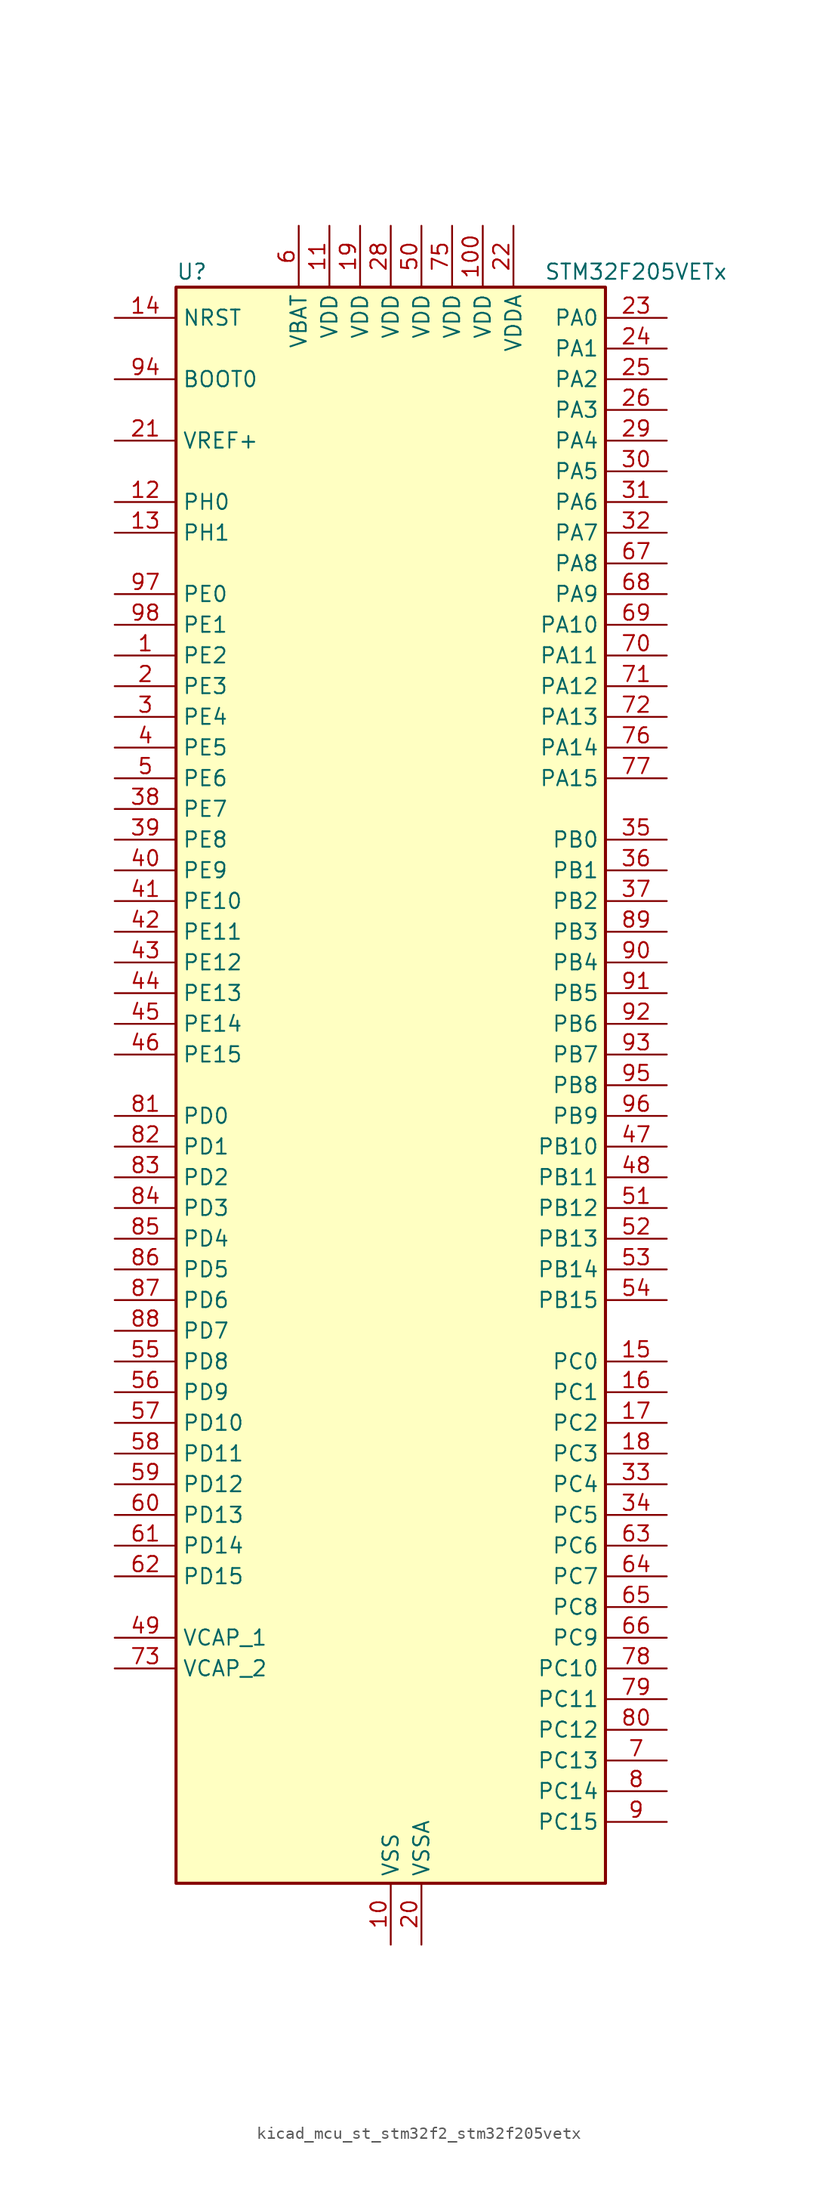
<source format=kicad_sym>
(kicad_symbol_lib
  (version 20220914)
  (generator kicad_symbol_editor)
  (symbol "kicad_mcu_st_stm32f2_stm32f205vetx"
    (property "Reference" "U"
      (at -17.78 67.31 0)
      (effects (font (size 1.27 1.27)) (justify left)))
    (property "Value" "STM32F205VETx"
      (at 12.7 67.31 0)
      (effects (font (size 1.27 1.27)) (justify left)))
    (property "ki_locked" ""
      (at 0 0 0)
      (effects (font (size 1.27 1.27))))
    (symbol "kicad_mcu_st_stm32f2_stm32f205vetx_0_1"
      (rectangle (start -17.78 -66.04) (end 17.78 66.04) (stroke (width 0.254) (type default)) (fill (type background))))
    (symbol "kicad_mcu_st_stm32f2_stm32f205vetx_1_1"
      (pin bidirectional line (at -22.86 35.56 0) (length 5.08) (name "PE2" (effects (font (size 1.27 1.27)))) (number "1" (effects (font (size 1.27 1.27)))) (alternate "FSMC_A23" bidirectional line) (alternate "SYS_TRACECLK" bidirectional line))
      (pin power_in line (at 0 -71.12 90) (length 5.08) (name "VSS" (effects (font (size 1.27 1.27)))) (number "10" (effects (font (size 1.27 1.27)))))
      (pin power_in line (at 7.62 71.12 270) (length 5.08) (name "VDD" (effects (font (size 1.27 1.27)))) (number "100" (effects (font (size 1.27 1.27)))))
      (pin power_in line (at -5.08 71.12 270) (length 5.08) (name "VDD" (effects (font (size 1.27 1.27)))) (number "11" (effects (font (size 1.27 1.27)))))
      (pin bidirectional line (at -22.86 48.26 0) (length 5.08) (name "PH0" (effects (font (size 1.27 1.27)))) (number "12" (effects (font (size 1.27 1.27)))) (alternate "RCC_OSC_IN" bidirectional line))
      (pin bidirectional line (at -22.86 45.72 0) (length 5.08) (name "PH1" (effects (font (size 1.27 1.27)))) (number "13" (effects (font (size 1.27 1.27)))) (alternate "RCC_OSC_OUT" bidirectional line))
      (pin input line (at -22.86 63.5 0) (length 5.08) (name "NRST" (effects (font (size 1.27 1.27)))) (number "14" (effects (font (size 1.27 1.27)))))
      (pin bidirectional line (at 22.86 -22.86 180) (length 5.08) (name "PC0" (effects (font (size 1.27 1.27)))) (number "15" (effects (font (size 1.27 1.27)))) (alternate "ADC1_IN10" bidirectional line) (alternate "ADC2_IN10" bidirectional line) (alternate "ADC3_IN10" bidirectional line) (alternate "USB_OTG_HS_ULPI_STP" bidirectional line))
      (pin bidirectional line (at 22.86 -25.4 180) (length 5.08) (name "PC1" (effects (font (size 1.27 1.27)))) (number "16" (effects (font (size 1.27 1.27)))) (alternate "ADC1_IN11" bidirectional line) (alternate "ADC2_IN11" bidirectional line) (alternate "ADC3_IN11" bidirectional line))
      (pin bidirectional line (at 22.86 -27.94 180) (length 5.08) (name "PC2" (effects (font (size 1.27 1.27)))) (number "17" (effects (font (size 1.27 1.27)))) (alternate "ADC1_IN12" bidirectional line) (alternate "ADC2_IN12" bidirectional line) (alternate "ADC3_IN12" bidirectional line) (alternate "SPI2_MISO" bidirectional line) (alternate "USB_OTG_HS_ULPI_DIR" bidirectional line))
      (pin bidirectional line (at 22.86 -30.48 180) (length 5.08) (name "PC3" (effects (font (size 1.27 1.27)))) (number "18" (effects (font (size 1.27 1.27)))) (alternate "ADC1_IN13" bidirectional line) (alternate "ADC2_IN13" bidirectional line) (alternate "ADC3_IN13" bidirectional line) (alternate "I2S2_SD" bidirectional line) (alternate "SPI2_MOSI" bidirectional line) (alternate "USB_OTG_HS_ULPI_NXT" bidirectional line))
      (pin power_in line (at -2.54 71.12 270) (length 5.08) (name "VDD" (effects (font (size 1.27 1.27)))) (number "19" (effects (font (size 1.27 1.27)))))
      (pin bidirectional line (at -22.86 33.02 0) (length 5.08) (name "PE3" (effects (font (size 1.27 1.27)))) (number "2" (effects (font (size 1.27 1.27)))) (alternate "FSMC_A19" bidirectional line) (alternate "SYS_TRACED0" bidirectional line))
      (pin power_in line (at 2.54 -71.12 90) (length 5.08) (name "VSSA" (effects (font (size 1.27 1.27)))) (number "20" (effects (font (size 1.27 1.27)))))
      (pin input line (at -22.86 53.34 0) (length 5.08) (name "VREF+" (effects (font (size 1.27 1.27)))) (number "21" (effects (font (size 1.27 1.27)))))
      (pin power_in line (at 10.16 71.12 270) (length 5.08) (name "VDDA" (effects (font (size 1.27 1.27)))) (number "22" (effects (font (size 1.27 1.27)))))
      (pin bidirectional line (at 22.86 63.5 180) (length 5.08) (name "PA0" (effects (font (size 1.27 1.27)))) (number "23" (effects (font (size 1.27 1.27)))) (alternate "ADC1_IN0" bidirectional line) (alternate "ADC2_IN0" bidirectional line) (alternate "ADC3_IN0" bidirectional line) (alternate "SYS_WKUP" bidirectional line) (alternate "TIM2_CH1" bidirectional line) (alternate "TIM2_ETR" bidirectional line) (alternate "TIM5_CH1" bidirectional line) (alternate "TIM8_ETR" bidirectional line) (alternate "UART4_TX" bidirectional line) (alternate "USART2_CTS" bidirectional line))
      (pin bidirectional line (at 22.86 60.96 180) (length 5.08) (name "PA1" (effects (font (size 1.27 1.27)))) (number "24" (effects (font (size 1.27 1.27)))) (alternate "ADC1_IN1" bidirectional line) (alternate "ADC2_IN1" bidirectional line) (alternate "ADC3_IN1" bidirectional line) (alternate "TIM2_CH2" bidirectional line) (alternate "TIM5_CH2" bidirectional line) (alternate "UART4_RX" bidirectional line) (alternate "USART2_RTS" bidirectional line))
      (pin bidirectional line (at 22.86 58.42 180) (length 5.08) (name "PA2" (effects (font (size 1.27 1.27)))) (number "25" (effects (font (size 1.27 1.27)))) (alternate "ADC1_IN2" bidirectional line) (alternate "ADC2_IN2" bidirectional line) (alternate "ADC3_IN2" bidirectional line) (alternate "TIM2_CH3" bidirectional line) (alternate "TIM5_CH3" bidirectional line) (alternate "TIM9_CH1" bidirectional line) (alternate "USART2_TX" bidirectional line))
      (pin bidirectional line (at 22.86 55.88 180) (length 5.08) (name "PA3" (effects (font (size 1.27 1.27)))) (number "26" (effects (font (size 1.27 1.27)))) (alternate "ADC1_IN3" bidirectional line) (alternate "ADC2_IN3" bidirectional line) (alternate "ADC3_IN3" bidirectional line) (alternate "TIM2_CH4" bidirectional line) (alternate "TIM5_CH4" bidirectional line) (alternate "TIM9_CH2" bidirectional line) (alternate "USART2_RX" bidirectional line) (alternate "USB_OTG_HS_ULPI_D0" bidirectional line))
      (pin passive line (at 0 -71.12 90) (length 5.08) hide (name "VSS" (effects (font (size 1.27 1.27)))) (number "27" (effects (font (size 1.27 1.27)))))
      (pin power_in line (at 0 71.12 270) (length 5.08) (name "VDD" (effects (font (size 1.27 1.27)))) (number "28" (effects (font (size 1.27 1.27)))))
      (pin bidirectional line (at 22.86 53.34 180) (length 5.08) (name "PA4" (effects (font (size 1.27 1.27)))) (number "29" (effects (font (size 1.27 1.27)))) (alternate "ADC1_IN4" bidirectional line) (alternate "ADC2_IN4" bidirectional line) (alternate "DAC_OUT1" bidirectional line) (alternate "I2S3_WS" bidirectional line) (alternate "SPI1_NSS" bidirectional line) (alternate "SPI3_NSS" bidirectional line) (alternate "USART2_CK" bidirectional line) (alternate "USB_OTG_HS_SOF" bidirectional line))
      (pin bidirectional line (at -22.86 30.48 0) (length 5.08) (name "PE4" (effects (font (size 1.27 1.27)))) (number "3" (effects (font (size 1.27 1.27)))) (alternate "FSMC_A20" bidirectional line) (alternate "SYS_TRACED1" bidirectional line))
      (pin bidirectional line (at 22.86 50.8 180) (length 5.08) (name "PA5" (effects (font (size 1.27 1.27)))) (number "30" (effects (font (size 1.27 1.27)))) (alternate "ADC1_IN5" bidirectional line) (alternate "ADC2_IN5" bidirectional line) (alternate "DAC_OUT2" bidirectional line) (alternate "SPI1_SCK" bidirectional line) (alternate "TIM2_CH1" bidirectional line) (alternate "TIM2_ETR" bidirectional line) (alternate "TIM8_CH1N" bidirectional line) (alternate "USB_OTG_HS_ULPI_CK" bidirectional line))
      (pin bidirectional line (at 22.86 48.26 180) (length 5.08) (name "PA6" (effects (font (size 1.27 1.27)))) (number "31" (effects (font (size 1.27 1.27)))) (alternate "ADC1_IN6" bidirectional line) (alternate "ADC2_IN6" bidirectional line) (alternate "SPI1_MISO" bidirectional line) (alternate "TIM13_CH1" bidirectional line) (alternate "TIM1_BKIN" bidirectional line) (alternate "TIM3_CH1" bidirectional line) (alternate "TIM8_BKIN" bidirectional line))
      (pin bidirectional line (at 22.86 45.72 180) (length 5.08) (name "PA7" (effects (font (size 1.27 1.27)))) (number "32" (effects (font (size 1.27 1.27)))) (alternate "ADC1_IN7" bidirectional line) (alternate "ADC2_IN7" bidirectional line) (alternate "SPI1_MOSI" bidirectional line) (alternate "TIM14_CH1" bidirectional line) (alternate "TIM1_CH1N" bidirectional line) (alternate "TIM3_CH2" bidirectional line) (alternate "TIM8_CH1N" bidirectional line))
      (pin bidirectional line (at 22.86 -33.02 180) (length 5.08) (name "PC4" (effects (font (size 1.27 1.27)))) (number "33" (effects (font (size 1.27 1.27)))) (alternate "ADC1_IN14" bidirectional line) (alternate "ADC2_IN14" bidirectional line))
      (pin bidirectional line (at 22.86 -35.56 180) (length 5.08) (name "PC5" (effects (font (size 1.27 1.27)))) (number "34" (effects (font (size 1.27 1.27)))) (alternate "ADC1_IN15" bidirectional line) (alternate "ADC2_IN15" bidirectional line))
      (pin bidirectional line (at 22.86 20.32 180) (length 5.08) (name "PB0" (effects (font (size 1.27 1.27)))) (number "35" (effects (font (size 1.27 1.27)))) (alternate "ADC1_IN8" bidirectional line) (alternate "ADC2_IN8" bidirectional line) (alternate "TIM1_CH2N" bidirectional line) (alternate "TIM3_CH3" bidirectional line) (alternate "TIM8_CH2N" bidirectional line) (alternate "USB_OTG_HS_ULPI_D1" bidirectional line))
      (pin bidirectional line (at 22.86 17.78 180) (length 5.08) (name "PB1" (effects (font (size 1.27 1.27)))) (number "36" (effects (font (size 1.27 1.27)))) (alternate "ADC1_IN9" bidirectional line) (alternate "ADC2_IN9" bidirectional line) (alternate "TIM1_CH3N" bidirectional line) (alternate "TIM3_CH4" bidirectional line) (alternate "TIM8_CH3N" bidirectional line) (alternate "USB_OTG_HS_ULPI_D2" bidirectional line))
      (pin bidirectional line (at 22.86 15.24 180) (length 5.08) (name "PB2" (effects (font (size 1.27 1.27)))) (number "37" (effects (font (size 1.27 1.27)))))
      (pin bidirectional line (at -22.86 22.86 0) (length 5.08) (name "PE7" (effects (font (size 1.27 1.27)))) (number "38" (effects (font (size 1.27 1.27)))) (alternate "FSMC_D4" bidirectional line) (alternate "FSMC_DA4" bidirectional line) (alternate "TIM1_ETR" bidirectional line))
      (pin bidirectional line (at -22.86 20.32 0) (length 5.08) (name "PE8" (effects (font (size 1.27 1.27)))) (number "39" (effects (font (size 1.27 1.27)))) (alternate "FSMC_D5" bidirectional line) (alternate "FSMC_DA5" bidirectional line) (alternate "TIM1_CH1N" bidirectional line))
      (pin bidirectional line (at -22.86 27.94 0) (length 5.08) (name "PE5" (effects (font (size 1.27 1.27)))) (number "4" (effects (font (size 1.27 1.27)))) (alternate "FSMC_A21" bidirectional line) (alternate "SYS_TRACED2" bidirectional line) (alternate "TIM9_CH1" bidirectional line))
      (pin bidirectional line (at -22.86 17.78 0) (length 5.08) (name "PE9" (effects (font (size 1.27 1.27)))) (number "40" (effects (font (size 1.27 1.27)))) (alternate "DAC_EXTI9" bidirectional line) (alternate "FSMC_D6" bidirectional line) (alternate "FSMC_DA6" bidirectional line) (alternate "TIM1_CH1" bidirectional line))
      (pin bidirectional line (at -22.86 15.24 0) (length 5.08) (name "PE10" (effects (font (size 1.27 1.27)))) (number "41" (effects (font (size 1.27 1.27)))) (alternate "FSMC_D7" bidirectional line) (alternate "FSMC_DA7" bidirectional line) (alternate "TIM1_CH2N" bidirectional line))
      (pin bidirectional line (at -22.86 12.7 0) (length 5.08) (name "PE11" (effects (font (size 1.27 1.27)))) (number "42" (effects (font (size 1.27 1.27)))) (alternate "ADC1_EXTI11" bidirectional line) (alternate "ADC2_EXTI11" bidirectional line) (alternate "ADC3_EXTI11" bidirectional line) (alternate "FSMC_D8" bidirectional line) (alternate "FSMC_DA8" bidirectional line) (alternate "TIM1_CH2" bidirectional line))
      (pin bidirectional line (at -22.86 10.16 0) (length 5.08) (name "PE12" (effects (font (size 1.27 1.27)))) (number "43" (effects (font (size 1.27 1.27)))) (alternate "FSMC_D9" bidirectional line) (alternate "FSMC_DA9" bidirectional line) (alternate "TIM1_CH3N" bidirectional line))
      (pin bidirectional line (at -22.86 7.62 0) (length 5.08) (name "PE13" (effects (font (size 1.27 1.27)))) (number "44" (effects (font (size 1.27 1.27)))) (alternate "FSMC_D10" bidirectional line) (alternate "FSMC_DA10" bidirectional line) (alternate "TIM1_CH3" bidirectional line))
      (pin bidirectional line (at -22.86 5.08 0) (length 5.08) (name "PE14" (effects (font (size 1.27 1.27)))) (number "45" (effects (font (size 1.27 1.27)))) (alternate "FSMC_D11" bidirectional line) (alternate "FSMC_DA11" bidirectional line) (alternate "TIM1_CH4" bidirectional line))
      (pin bidirectional line (at -22.86 2.54 0) (length 5.08) (name "PE15" (effects (font (size 1.27 1.27)))) (number "46" (effects (font (size 1.27 1.27)))) (alternate "ADC1_EXTI15" bidirectional line) (alternate "ADC2_EXTI15" bidirectional line) (alternate "ADC3_EXTI15" bidirectional line) (alternate "FSMC_D12" bidirectional line) (alternate "FSMC_DA12" bidirectional line) (alternate "TIM1_BKIN" bidirectional line))
      (pin bidirectional line (at 22.86 -5.08 180) (length 5.08) (name "PB10" (effects (font (size 1.27 1.27)))) (number "47" (effects (font (size 1.27 1.27)))) (alternate "I2C2_SCL" bidirectional line) (alternate "I2S2_SCK" bidirectional line) (alternate "SPI2_SCK" bidirectional line) (alternate "TIM2_CH3" bidirectional line) (alternate "USART3_TX" bidirectional line) (alternate "USB_OTG_HS_ULPI_D3" bidirectional line))
      (pin bidirectional line (at 22.86 -7.62 180) (length 5.08) (name "PB11" (effects (font (size 1.27 1.27)))) (number "48" (effects (font (size 1.27 1.27)))) (alternate "ADC1_EXTI11" bidirectional line) (alternate "ADC2_EXTI11" bidirectional line) (alternate "ADC3_EXTI11" bidirectional line) (alternate "I2C2_SDA" bidirectional line) (alternate "TIM2_CH4" bidirectional line) (alternate "USART3_RX" bidirectional line) (alternate "USB_OTG_HS_ULPI_D4" bidirectional line))
      (pin power_out line (at -22.86 -45.72 0) (length 5.08) (name "VCAP_1" (effects (font (size 1.27 1.27)))) (number "49" (effects (font (size 1.27 1.27)))))
      (pin bidirectional line (at -22.86 25.4 0) (length 5.08) (name "PE6" (effects (font (size 1.27 1.27)))) (number "5" (effects (font (size 1.27 1.27)))) (alternate "FSMC_A22" bidirectional line) (alternate "SYS_TRACED3" bidirectional line) (alternate "TIM9_CH2" bidirectional line))
      (pin power_in line (at 2.54 71.12 270) (length 5.08) (name "VDD" (effects (font (size 1.27 1.27)))) (number "50" (effects (font (size 1.27 1.27)))))
      (pin bidirectional line (at 22.86 -10.16 180) (length 5.08) (name "PB12" (effects (font (size 1.27 1.27)))) (number "51" (effects (font (size 1.27 1.27)))) (alternate "CAN2_RX" bidirectional line) (alternate "I2C2_SMBA" bidirectional line) (alternate "I2S2_WS" bidirectional line) (alternate "SPI2_NSS" bidirectional line) (alternate "TIM1_BKIN" bidirectional line) (alternate "USART3_CK" bidirectional line) (alternate "USB_OTG_HS_ID" bidirectional line) (alternate "USB_OTG_HS_ULPI_D5" bidirectional line))
      (pin bidirectional line (at 22.86 -12.7 180) (length 5.08) (name "PB13" (effects (font (size 1.27 1.27)))) (number "52" (effects (font (size 1.27 1.27)))) (alternate "CAN2_TX" bidirectional line) (alternate "I2S2_SCK" bidirectional line) (alternate "SPI2_SCK" bidirectional line) (alternate "TIM1_CH1N" bidirectional line) (alternate "USART3_CTS" bidirectional line) (alternate "USB_OTG_HS_ULPI_D6" bidirectional line) (alternate "USB_OTG_HS_VBUS" bidirectional line))
      (pin bidirectional line (at 22.86 -15.24 180) (length 5.08) (name "PB14" (effects (font (size 1.27 1.27)))) (number "53" (effects (font (size 1.27 1.27)))) (alternate "SPI2_MISO" bidirectional line) (alternate "TIM12_CH1" bidirectional line) (alternate "TIM1_CH2N" bidirectional line) (alternate "TIM8_CH2N" bidirectional line) (alternate "USART3_RTS" bidirectional line) (alternate "USB_OTG_HS_DM" bidirectional line))
      (pin bidirectional line (at 22.86 -17.78 180) (length 5.08) (name "PB15" (effects (font (size 1.27 1.27)))) (number "54" (effects (font (size 1.27 1.27)))) (alternate "ADC1_EXTI15" bidirectional line) (alternate "ADC2_EXTI15" bidirectional line) (alternate "ADC3_EXTI15" bidirectional line) (alternate "I2S2_SD" bidirectional line) (alternate "RTC_REFIN" bidirectional line) (alternate "SPI2_MOSI" bidirectional line) (alternate "TIM12_CH2" bidirectional line) (alternate "TIM1_CH3N" bidirectional line) (alternate "TIM8_CH3N" bidirectional line) (alternate "USB_OTG_HS_DP" bidirectional line))
      (pin bidirectional line (at -22.86 -22.86 0) (length 5.08) (name "PD8" (effects (font (size 1.27 1.27)))) (number "55" (effects (font (size 1.27 1.27)))) (alternate "FSMC_D13" bidirectional line) (alternate "FSMC_DA13" bidirectional line) (alternate "USART3_TX" bidirectional line))
      (pin bidirectional line (at -22.86 -25.4 0) (length 5.08) (name "PD9" (effects (font (size 1.27 1.27)))) (number "56" (effects (font (size 1.27 1.27)))) (alternate "DAC_EXTI9" bidirectional line) (alternate "FSMC_D14" bidirectional line) (alternate "FSMC_DA14" bidirectional line) (alternate "USART3_RX" bidirectional line))
      (pin bidirectional line (at -22.86 -27.94 0) (length 5.08) (name "PD10" (effects (font (size 1.27 1.27)))) (number "57" (effects (font (size 1.27 1.27)))) (alternate "FSMC_D15" bidirectional line) (alternate "FSMC_DA15" bidirectional line) (alternate "USART3_CK" bidirectional line))
      (pin bidirectional line (at -22.86 -30.48 0) (length 5.08) (name "PD11" (effects (font (size 1.27 1.27)))) (number "58" (effects (font (size 1.27 1.27)))) (alternate "ADC1_EXTI11" bidirectional line) (alternate "ADC2_EXTI11" bidirectional line) (alternate "ADC3_EXTI11" bidirectional line) (alternate "FSMC_A16" bidirectional line) (alternate "FSMC_CLE" bidirectional line) (alternate "USART3_CTS" bidirectional line))
      (pin bidirectional line (at -22.86 -33.02 0) (length 5.08) (name "PD12" (effects (font (size 1.27 1.27)))) (number "59" (effects (font (size 1.27 1.27)))) (alternate "FSMC_A17" bidirectional line) (alternate "FSMC_ALE" bidirectional line) (alternate "TIM4_CH1" bidirectional line) (alternate "USART3_RTS" bidirectional line))
      (pin power_in line (at -7.62 71.12 270) (length 5.08) (name "VBAT" (effects (font (size 1.27 1.27)))) (number "6" (effects (font (size 1.27 1.27)))))
      (pin bidirectional line (at -22.86 -35.56 0) (length 5.08) (name "PD13" (effects (font (size 1.27 1.27)))) (number "60" (effects (font (size 1.27 1.27)))) (alternate "FSMC_A18" bidirectional line) (alternate "TIM4_CH2" bidirectional line))
      (pin bidirectional line (at -22.86 -38.1 0) (length 5.08) (name "PD14" (effects (font (size 1.27 1.27)))) (number "61" (effects (font (size 1.27 1.27)))) (alternate "FSMC_D0" bidirectional line) (alternate "FSMC_DA0" bidirectional line) (alternate "TIM4_CH3" bidirectional line))
      (pin bidirectional line (at -22.86 -40.64 0) (length 5.08) (name "PD15" (effects (font (size 1.27 1.27)))) (number "62" (effects (font (size 1.27 1.27)))) (alternate "ADC1_EXTI15" bidirectional line) (alternate "ADC2_EXTI15" bidirectional line) (alternate "ADC3_EXTI15" bidirectional line) (alternate "FSMC_D1" bidirectional line) (alternate "FSMC_DA1" bidirectional line) (alternate "TIM4_CH4" bidirectional line))
      (pin bidirectional line (at 22.86 -38.1 180) (length 5.08) (name "PC6" (effects (font (size 1.27 1.27)))) (number "63" (effects (font (size 1.27 1.27)))) (alternate "I2S2_MCK" bidirectional line) (alternate "SDIO_D6" bidirectional line) (alternate "TIM3_CH1" bidirectional line) (alternate "TIM8_CH1" bidirectional line) (alternate "USART6_TX" bidirectional line))
      (pin bidirectional line (at 22.86 -40.64 180) (length 5.08) (name "PC7" (effects (font (size 1.27 1.27)))) (number "64" (effects (font (size 1.27 1.27)))) (alternate "I2S3_MCK" bidirectional line) (alternate "SDIO_D7" bidirectional line) (alternate "TIM3_CH2" bidirectional line) (alternate "TIM8_CH2" bidirectional line) (alternate "USART6_RX" bidirectional line))
      (pin bidirectional line (at 22.86 -43.18 180) (length 5.08) (name "PC8" (effects (font (size 1.27 1.27)))) (number "65" (effects (font (size 1.27 1.27)))) (alternate "SDIO_D0" bidirectional line) (alternate "TIM3_CH3" bidirectional line) (alternate "TIM8_CH3" bidirectional line) (alternate "USART6_CK" bidirectional line))
      (pin bidirectional line (at 22.86 -45.72 180) (length 5.08) (name "PC9" (effects (font (size 1.27 1.27)))) (number "66" (effects (font (size 1.27 1.27)))) (alternate "DAC_EXTI9" bidirectional line) (alternate "I2C3_SDA" bidirectional line) (alternate "I2S_CKIN" bidirectional line) (alternate "RCC_MCO_2" bidirectional line) (alternate "SDIO_D1" bidirectional line) (alternate "TIM3_CH4" bidirectional line) (alternate "TIM8_CH4" bidirectional line))
      (pin bidirectional line (at 22.86 43.18 180) (length 5.08) (name "PA8" (effects (font (size 1.27 1.27)))) (number "67" (effects (font (size 1.27 1.27)))) (alternate "I2C3_SCL" bidirectional line) (alternate "RCC_MCO_1" bidirectional line) (alternate "TIM1_CH1" bidirectional line) (alternate "USART1_CK" bidirectional line) (alternate "USB_OTG_FS_SOF" bidirectional line))
      (pin bidirectional line (at 22.86 40.64 180) (length 5.08) (name "PA9" (effects (font (size 1.27 1.27)))) (number "68" (effects (font (size 1.27 1.27)))) (alternate "DAC_EXTI9" bidirectional line) (alternate "I2C3_SMBA" bidirectional line) (alternate "TIM1_CH2" bidirectional line) (alternate "USART1_TX" bidirectional line) (alternate "USB_OTG_FS_VBUS" bidirectional line))
      (pin bidirectional line (at 22.86 38.1 180) (length 5.08) (name "PA10" (effects (font (size 1.27 1.27)))) (number "69" (effects (font (size 1.27 1.27)))) (alternate "TIM1_CH3" bidirectional line) (alternate "USART1_RX" bidirectional line) (alternate "USB_OTG_FS_ID" bidirectional line))
      (pin bidirectional line (at 22.86 -55.88 180) (length 5.08) (name "PC13" (effects (font (size 1.27 1.27)))) (number "7" (effects (font (size 1.27 1.27)))) (alternate "RTC_AF1" bidirectional line))
      (pin bidirectional line (at 22.86 35.56 180) (length 5.08) (name "PA11" (effects (font (size 1.27 1.27)))) (number "70" (effects (font (size 1.27 1.27)))) (alternate "ADC1_EXTI11" bidirectional line) (alternate "ADC2_EXTI11" bidirectional line) (alternate "ADC3_EXTI11" bidirectional line) (alternate "CAN1_RX" bidirectional line) (alternate "TIM1_CH4" bidirectional line) (alternate "USART1_CTS" bidirectional line) (alternate "USB_OTG_FS_DM" bidirectional line))
      (pin bidirectional line (at 22.86 33.02 180) (length 5.08) (name "PA12" (effects (font (size 1.27 1.27)))) (number "71" (effects (font (size 1.27 1.27)))) (alternate "CAN1_TX" bidirectional line) (alternate "TIM1_ETR" bidirectional line) (alternate "USART1_RTS" bidirectional line) (alternate "USB_OTG_FS_DP" bidirectional line))
      (pin bidirectional line (at 22.86 30.48 180) (length 5.08) (name "PA13" (effects (font (size 1.27 1.27)))) (number "72" (effects (font (size 1.27 1.27)))) (alternate "SYS_JTMS-SWDIO" bidirectional line))
      (pin power_out line (at -22.86 -48.26 0) (length 5.08) (name "VCAP_2" (effects (font (size 1.27 1.27)))) (number "73" (effects (font (size 1.27 1.27)))))
      (pin passive line (at 0 -71.12 90) (length 5.08) hide (name "VSS" (effects (font (size 1.27 1.27)))) (number "74" (effects (font (size 1.27 1.27)))))
      (pin power_in line (at 5.08 71.12 270) (length 5.08) (name "VDD" (effects (font (size 1.27 1.27)))) (number "75" (effects (font (size 1.27 1.27)))))
      (pin bidirectional line (at 22.86 27.94 180) (length 5.08) (name "PA14" (effects (font (size 1.27 1.27)))) (number "76" (effects (font (size 1.27 1.27)))) (alternate "SYS_JTCK-SWCLK" bidirectional line))
      (pin bidirectional line (at 22.86 25.4 180) (length 5.08) (name "PA15" (effects (font (size 1.27 1.27)))) (number "77" (effects (font (size 1.27 1.27)))) (alternate "ADC1_EXTI15" bidirectional line) (alternate "ADC2_EXTI15" bidirectional line) (alternate "ADC3_EXTI15" bidirectional line) (alternate "I2S3_WS" bidirectional line) (alternate "SPI1_NSS" bidirectional line) (alternate "SPI3_NSS" bidirectional line) (alternate "SYS_JTDI" bidirectional line) (alternate "TIM2_CH1" bidirectional line) (alternate "TIM2_ETR" bidirectional line))
      (pin bidirectional line (at 22.86 -48.26 180) (length 5.08) (name "PC10" (effects (font (size 1.27 1.27)))) (number "78" (effects (font (size 1.27 1.27)))) (alternate "I2S3_SCK" bidirectional line) (alternate "SDIO_D2" bidirectional line) (alternate "SPI3_SCK" bidirectional line) (alternate "UART4_TX" bidirectional line) (alternate "USART3_TX" bidirectional line))
      (pin bidirectional line (at 22.86 -50.8 180) (length 5.08) (name "PC11" (effects (font (size 1.27 1.27)))) (number "79" (effects (font (size 1.27 1.27)))) (alternate "ADC1_EXTI11" bidirectional line) (alternate "ADC2_EXTI11" bidirectional line) (alternate "ADC3_EXTI11" bidirectional line) (alternate "SDIO_D3" bidirectional line) (alternate "SPI3_MISO" bidirectional line) (alternate "UART4_RX" bidirectional line) (alternate "USART3_RX" bidirectional line))
      (pin bidirectional line (at 22.86 -58.42 180) (length 5.08) (name "PC14" (effects (font (size 1.27 1.27)))) (number "8" (effects (font (size 1.27 1.27)))) (alternate "RCC_OSC32_IN" bidirectional line))
      (pin bidirectional line (at 22.86 -53.34 180) (length 5.08) (name "PC12" (effects (font (size 1.27 1.27)))) (number "80" (effects (font (size 1.27 1.27)))) (alternate "I2S3_SD" bidirectional line) (alternate "SDIO_CK" bidirectional line) (alternate "SPI3_MOSI" bidirectional line) (alternate "UART5_TX" bidirectional line) (alternate "USART3_CK" bidirectional line))
      (pin bidirectional line (at -22.86 -2.54 0) (length 5.08) (name "PD0" (effects (font (size 1.27 1.27)))) (number "81" (effects (font (size 1.27 1.27)))) (alternate "CAN1_RX" bidirectional line) (alternate "FSMC_D2" bidirectional line) (alternate "FSMC_DA2" bidirectional line))
      (pin bidirectional line (at -22.86 -5.08 0) (length 5.08) (name "PD1" (effects (font (size 1.27 1.27)))) (number "82" (effects (font (size 1.27 1.27)))) (alternate "CAN1_TX" bidirectional line) (alternate "FSMC_D3" bidirectional line) (alternate "FSMC_DA3" bidirectional line))
      (pin bidirectional line (at -22.86 -7.62 0) (length 5.08) (name "PD2" (effects (font (size 1.27 1.27)))) (number "83" (effects (font (size 1.27 1.27)))) (alternate "SDIO_CMD" bidirectional line) (alternate "TIM3_ETR" bidirectional line) (alternate "UART5_RX" bidirectional line))
      (pin bidirectional line (at -22.86 -10.16 0) (length 5.08) (name "PD3" (effects (font (size 1.27 1.27)))) (number "84" (effects (font (size 1.27 1.27)))) (alternate "FSMC_CLK" bidirectional line) (alternate "USART2_CTS" bidirectional line))
      (pin bidirectional line (at -22.86 -12.7 0) (length 5.08) (name "PD4" (effects (font (size 1.27 1.27)))) (number "85" (effects (font (size 1.27 1.27)))) (alternate "FSMC_NOE" bidirectional line) (alternate "USART2_RTS" bidirectional line))
      (pin bidirectional line (at -22.86 -15.24 0) (length 5.08) (name "PD5" (effects (font (size 1.27 1.27)))) (number "86" (effects (font (size 1.27 1.27)))) (alternate "FSMC_NWE" bidirectional line) (alternate "USART2_TX" bidirectional line))
      (pin bidirectional line (at -22.86 -17.78 0) (length 5.08) (name "PD6" (effects (font (size 1.27 1.27)))) (number "87" (effects (font (size 1.27 1.27)))) (alternate "FSMC_NWAIT" bidirectional line) (alternate "USART2_RX" bidirectional line))
      (pin bidirectional line (at -22.86 -20.32 0) (length 5.08) (name "PD7" (effects (font (size 1.27 1.27)))) (number "88" (effects (font (size 1.27 1.27)))) (alternate "FSMC_NCE2" bidirectional line) (alternate "FSMC_NE1" bidirectional line) (alternate "USART2_CK" bidirectional line))
      (pin bidirectional line (at 22.86 12.7 180) (length 5.08) (name "PB3" (effects (font (size 1.27 1.27)))) (number "89" (effects (font (size 1.27 1.27)))) (alternate "I2S3_SCK" bidirectional line) (alternate "SPI1_SCK" bidirectional line) (alternate "SPI3_SCK" bidirectional line) (alternate "SYS_JTDO-SWO" bidirectional line) (alternate "TIM2_CH2" bidirectional line))
      (pin bidirectional line (at 22.86 -60.96 180) (length 5.08) (name "PC15" (effects (font (size 1.27 1.27)))) (number "9" (effects (font (size 1.27 1.27)))) (alternate "ADC1_EXTI15" bidirectional line) (alternate "ADC2_EXTI15" bidirectional line) (alternate "ADC3_EXTI15" bidirectional line) (alternate "RCC_OSC32_OUT" bidirectional line))
      (pin bidirectional line (at 22.86 10.16 180) (length 5.08) (name "PB4" (effects (font (size 1.27 1.27)))) (number "90" (effects (font (size 1.27 1.27)))) (alternate "SPI1_MISO" bidirectional line) (alternate "SPI3_MISO" bidirectional line) (alternate "SYS_JTRST" bidirectional line) (alternate "TIM3_CH1" bidirectional line))
      (pin bidirectional line (at 22.86 7.62 180) (length 5.08) (name "PB5" (effects (font (size 1.27 1.27)))) (number "91" (effects (font (size 1.27 1.27)))) (alternate "CAN2_RX" bidirectional line) (alternate "I2C1_SMBA" bidirectional line) (alternate "I2S3_SD" bidirectional line) (alternate "SPI1_MOSI" bidirectional line) (alternate "SPI3_MOSI" bidirectional line) (alternate "TIM3_CH2" bidirectional line) (alternate "USB_OTG_HS_ULPI_D7" bidirectional line))
      (pin bidirectional line (at 22.86 5.08 180) (length 5.08) (name "PB6" (effects (font (size 1.27 1.27)))) (number "92" (effects (font (size 1.27 1.27)))) (alternate "CAN2_TX" bidirectional line) (alternate "I2C1_SCL" bidirectional line) (alternate "TIM4_CH1" bidirectional line) (alternate "USART1_TX" bidirectional line))
      (pin bidirectional line (at 22.86 2.54 180) (length 5.08) (name "PB7" (effects (font (size 1.27 1.27)))) (number "93" (effects (font (size 1.27 1.27)))) (alternate "FSMC_NL" bidirectional line) (alternate "I2C1_SDA" bidirectional line) (alternate "TIM4_CH2" bidirectional line) (alternate "USART1_RX" bidirectional line))
      (pin input line (at -22.86 58.42 0) (length 5.08) (name "BOOT0" (effects (font (size 1.27 1.27)))) (number "94" (effects (font (size 1.27 1.27)))))
      (pin bidirectional line (at 22.86 0 180) (length 5.08) (name "PB8" (effects (font (size 1.27 1.27)))) (number "95" (effects (font (size 1.27 1.27)))) (alternate "CAN1_RX" bidirectional line) (alternate "I2C1_SCL" bidirectional line) (alternate "SDIO_D4" bidirectional line) (alternate "TIM10_CH1" bidirectional line) (alternate "TIM4_CH3" bidirectional line))
      (pin bidirectional line (at 22.86 -2.54 180) (length 5.08) (name "PB9" (effects (font (size 1.27 1.27)))) (number "96" (effects (font (size 1.27 1.27)))) (alternate "CAN1_TX" bidirectional line) (alternate "DAC_EXTI9" bidirectional line) (alternate "I2C1_SDA" bidirectional line) (alternate "I2S2_WS" bidirectional line) (alternate "SDIO_D5" bidirectional line) (alternate "SPI2_NSS" bidirectional line) (alternate "TIM11_CH1" bidirectional line) (alternate "TIM4_CH4" bidirectional line))
      (pin bidirectional line (at -22.86 40.64 0) (length 5.08) (name "PE0" (effects (font (size 1.27 1.27)))) (number "97" (effects (font (size 1.27 1.27)))) (alternate "FSMC_NBL0" bidirectional line) (alternate "TIM4_ETR" bidirectional line))
      (pin bidirectional line (at -22.86 38.1 0) (length 5.08) (name "PE1" (effects (font (size 1.27 1.27)))) (number "98" (effects (font (size 1.27 1.27)))) (alternate "FSMC_NBL1" bidirectional line))
      (pin no_connect line (at -17.78 -66.04 0) (length 5.08) hide (name "RFU" (effects (font (size 1.27 1.27)))) (number "99" (effects (font (size 1.27 1.27))))))))
</source>
